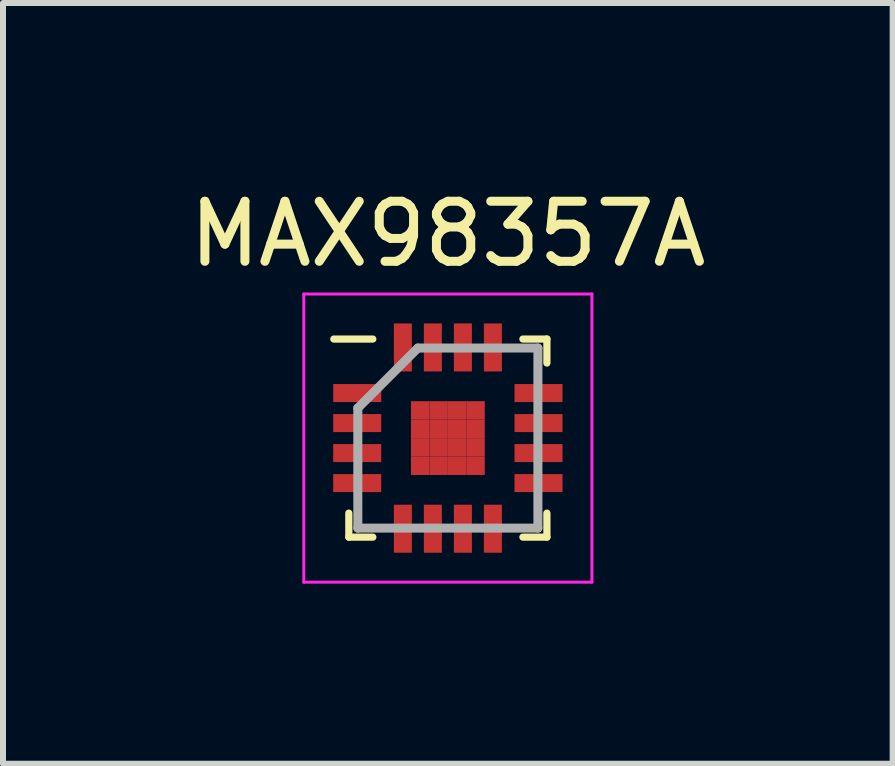
<source format=kicad_pcb>
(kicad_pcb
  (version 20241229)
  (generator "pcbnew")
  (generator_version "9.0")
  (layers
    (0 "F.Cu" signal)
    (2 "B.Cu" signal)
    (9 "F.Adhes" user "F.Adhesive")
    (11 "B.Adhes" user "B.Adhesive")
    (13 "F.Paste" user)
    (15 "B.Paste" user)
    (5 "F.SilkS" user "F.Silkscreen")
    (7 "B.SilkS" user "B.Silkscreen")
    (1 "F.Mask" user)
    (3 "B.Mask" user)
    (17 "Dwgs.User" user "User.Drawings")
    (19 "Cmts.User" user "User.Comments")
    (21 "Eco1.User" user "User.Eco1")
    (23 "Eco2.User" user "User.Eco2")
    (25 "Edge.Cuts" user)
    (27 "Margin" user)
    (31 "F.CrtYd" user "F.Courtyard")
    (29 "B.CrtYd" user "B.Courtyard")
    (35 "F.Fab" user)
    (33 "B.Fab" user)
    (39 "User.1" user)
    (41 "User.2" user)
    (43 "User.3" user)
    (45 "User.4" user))
  (footprint "MAX98357A"
    (layer "F.Cu")
    (at 4.411 4.248)
    (property "Reference" "MAX98357A" (at 0 -3.4 0) (layer "F.SilkS") (effects (font (size 1 1) (thickness 0.15))))
    (attr smd)
    (fp_line (start -1.65 1.65) (end -1.65 1.25) (stroke (width 0.12) (type solid)) (layer "F.SilkS"))
    (fp_line (start -1.25 -1.65) (end -1.9 -1.65) (stroke (width 0.12) (type solid)) (layer "F.SilkS"))
    (fp_line (start -1.25 1.65) (end -1.65 1.65) (stroke (width 0.12) (type solid)) (layer "F.SilkS"))
    (fp_line (start 1.25 -1.65) (end 1.65 -1.65) (stroke (width 0.12) (type solid)) (layer "F.SilkS"))
    (fp_line (start 1.25 1.65) (end 1.65 1.65) (stroke (width 0.12) (type solid)) (layer "F.SilkS"))
    (fp_line (start 1.65 -1.65) (end 1.65 -1.25) (stroke (width 0.12) (type solid)) (layer "F.SilkS"))
    (fp_line (start 1.65 1.65) (end 1.65 1.25) (stroke (width 0.12) (type solid)) (layer "F.SilkS"))
    (fp_line (start -2.4 -2.4) (end 2.4 -2.4) (stroke (width 0.05) (type solid)) (layer "F.CrtYd"))
    (fp_line (start -2.4 2.4) (end -2.4 -2.4) (stroke (width 0.05) (type solid)) (layer "F.CrtYd"))
    (fp_line (start 2.4 -2.4) (end 2.4 2.4) (stroke (width 0.05) (type solid)) (layer "F.CrtYd"))
    (fp_line (start 2.4 2.4) (end -2.4 2.4) (stroke (width 0.05) (type solid)) (layer "F.CrtYd"))
    (fp_line (start -1.5 -0.5) (end -1.5 1.5) (stroke (width 0.15) (type solid)) (layer "F.Fab"))
    (fp_line (start -1.5 1.5) (end 1.5 1.5) (stroke (width 0.15) (type solid)) (layer "F.Fab"))
    (fp_line (start -0.5 -1.5) (end -1.5 -0.5) (stroke (width 0.15) (type solid)) (layer "F.Fab"))
    (fp_line (start 1.5 -1.5) (end -0.5 -1.5) (stroke (width 0.15) (type solid)) (layer "F.Fab"))
    (fp_line (start 1.5 1.5) (end 1.5 -1.5) (stroke (width 0.15) (type solid)) (layer "F.Fab"))
    (pad "1" smd rect (at -1.51 -0.75 90) (size 0.3 0.8) (layers "F.Cu" "F.Mask" "F.Paste"))
    (pad "2" smd rect (at -1.51 -0.25 90) (size 0.3 0.8) (layers "F.Cu" "F.Mask" "F.Paste"))
    (pad "3" smd rect (at -1.51 0.25 90) (size 0.3 0.8) (layers "F.Cu" "F.Mask" "F.Paste"))
    (pad "4" smd rect (at -1.51 0.75 90) (size 0.3 0.8) (layers "F.Cu" "F.Mask" "F.Paste"))
    (pad "5" smd rect (at -0.75 1.51) (size 0.3 0.8) (layers "F.Cu" "F.Mask" "F.Paste"))
    (pad "6" smd rect (at -0.25 1.51) (size 0.3 0.8) (layers "F.Cu" "F.Mask" "F.Paste"))
    (pad "7" smd rect (at 0.25 1.51) (size 0.3 0.8) (layers "F.Cu" "F.Mask" "F.Paste"))
    (pad "8" smd rect (at 0.75 1.51) (size 0.3 0.8) (layers "F.Cu" "F.Mask" "F.Paste"))
    (pad "9" smd rect (at 1.51 0.75 90) (size 0.3 0.8) (layers "F.Cu" "F.Mask" "F.Paste"))
    (pad "10" smd rect (at 1.51 0.25 90) (size 0.3 0.8) (layers "F.Cu" "F.Mask" "F.Paste"))
    (pad "11" smd rect (at 1.51 -0.25 90) (size 0.3 0.8) (layers "F.Cu" "F.Mask" "F.Paste"))
    (pad "12" smd rect (at 1.51 -0.75 90) (size 0.3 0.8) (layers "F.Cu" "F.Mask" "F.Paste"))
    (pad "13" smd rect (at 0.75 -1.51) (size 0.3 0.8) (layers "F.Cu" "F.Mask" "F.Paste"))
    (pad "14" smd rect (at 0.25 -1.51) (size 0.3 0.8) (layers "F.Cu" "F.Mask" "F.Paste"))
    (pad "15" smd rect (at -0.25 -1.51) (size 0.3 0.8) (layers "F.Cu" "F.Mask" "F.Paste"))
    (pad "16" smd rect (at -0.75 -1.51) (size 0.3 0.8) (layers "F.Cu" "F.Mask" "F.Paste"))
    (pad "17" smd rect (at -0.461 -0.461) (size 0.307 0.307) (layers "F.Cu" "F.Mask" "F.Paste"))
    (pad "17" smd rect (at -0.461 -0.154) (size 0.307 0.307) (layers "F.Cu" "F.Mask" "F.Paste"))
    (pad "17" smd rect (at -0.461 0.154) (size 0.307 0.307) (layers "F.Cu" "F.Mask" "F.Paste"))
    (pad "17" smd rect (at -0.461 0.461) (size 0.307 0.307) (layers "F.Cu" "F.Mask" "F.Paste"))
    (pad "17" smd rect (at -0.154 -0.461) (size 0.307 0.307) (layers "F.Cu" "F.Mask" "F.Paste"))
    (pad "17" smd rect (at -0.154 -0.154) (size 0.307 0.307) (layers "F.Cu" "F.Mask" "F.Paste"))
    (pad "17" smd rect (at -0.154 0.154) (size 0.307 0.307) (layers "F.Cu" "F.Mask" "F.Paste"))
    (pad "17" smd rect (at -0.154 0.461) (size 0.307 0.307) (layers "F.Cu" "F.Mask" "F.Paste"))
    (pad "17" smd rect (at 0.154 -0.461) (size 0.307 0.307) (layers "F.Cu" "F.Mask" "F.Paste"))
    (pad "17" smd rect (at 0.154 -0.154) (size 0.307 0.307) (layers "F.Cu" "F.Mask" "F.Paste"))
    (pad "17" smd rect (at 0.154 0.154) (size 0.307 0.307) (layers "F.Cu" "F.Mask" "F.Paste"))
    (pad "17" smd rect (at 0.154 0.461) (size 0.307 0.307) (layers "F.Cu" "F.Mask" "F.Paste"))
    (pad "17" smd rect (at 0.461 -0.461) (size 0.307 0.307) (layers "F.Cu" "F.Mask" "F.Paste"))
    (pad "17" smd rect (at 0.461 -0.154) (size 0.307 0.307) (layers "F.Cu" "F.Mask" "F.Paste"))
    (pad "17" smd rect (at 0.461 0.154) (size 0.307 0.307) (layers "F.Cu" "F.Mask" "F.Paste"))
    (pad "17" smd rect (at 0.461 0.461) (size 0.307 0.307) (layers "F.Cu" "F.Mask" "F.Paste")))
  (gr_rect
    (start -3 -3)
    (end 11.821 9.673)
    (stroke (width 0.1) (type default))
    (fill no)
    (layer "Edge.Cuts")))
</source>
